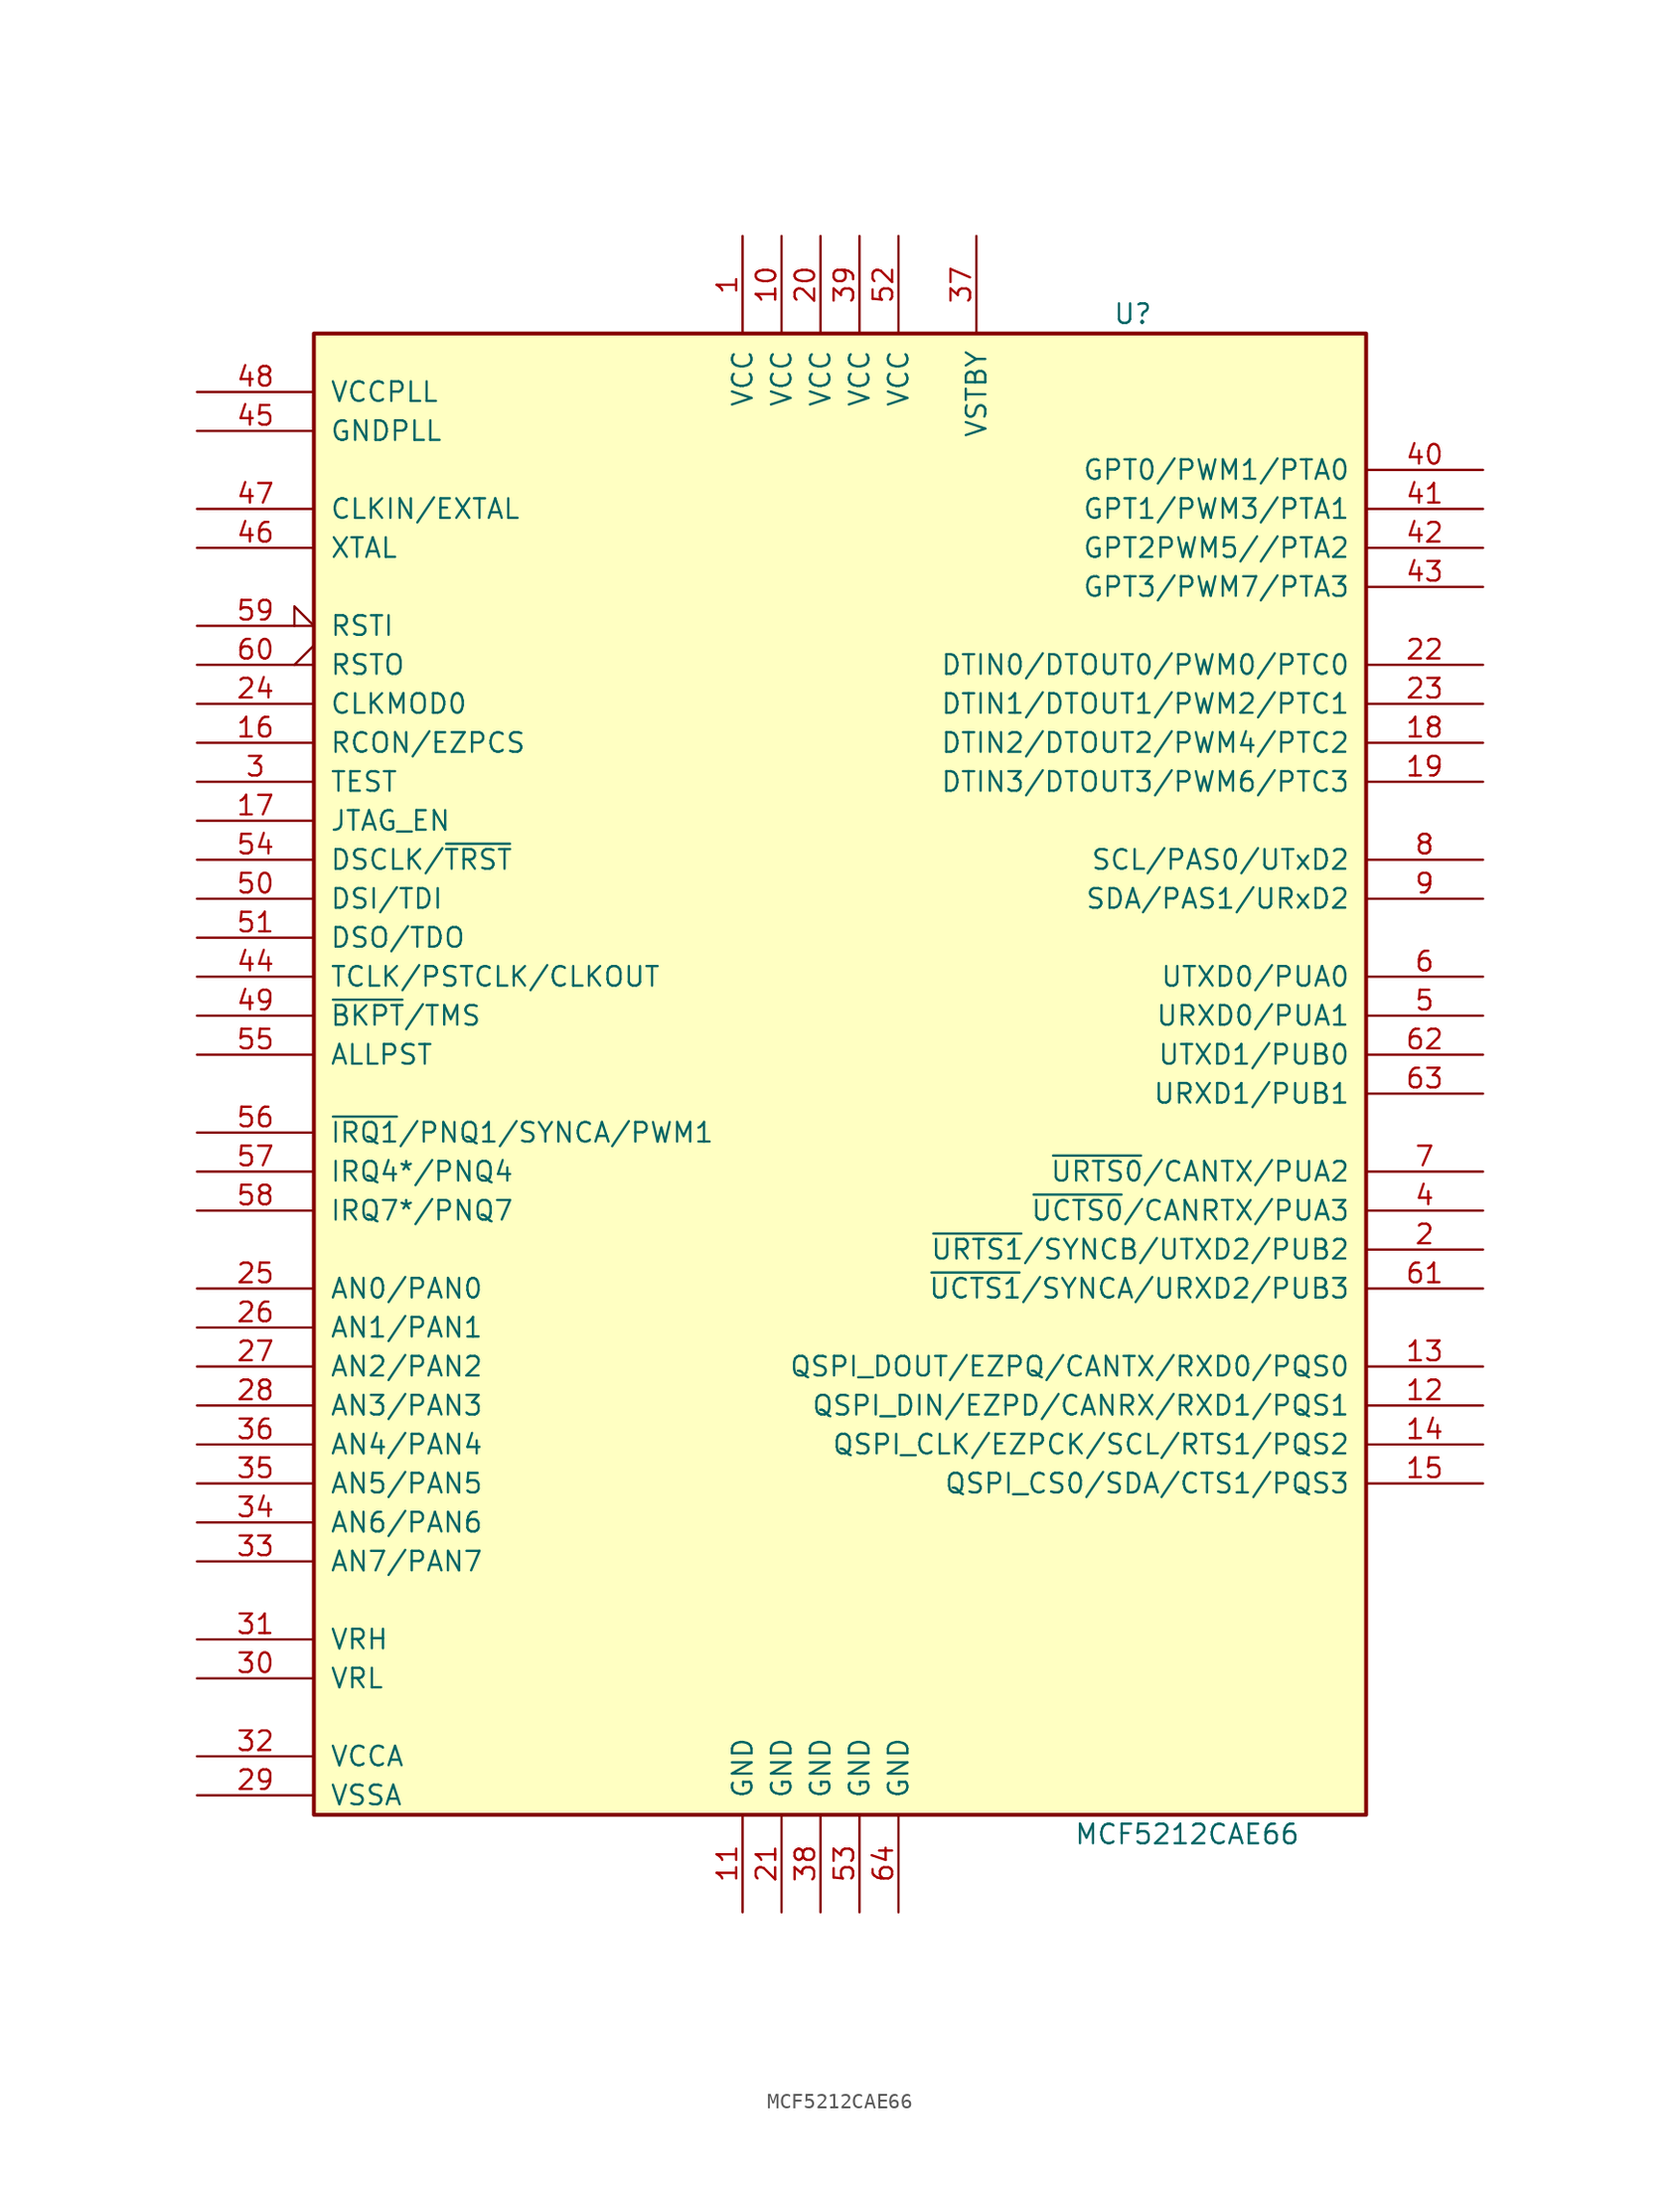
<source format=kicad_sym>
(kicad_symbol_lib
  (version 20201005)
  (generator kicad_symbol_editor)
  (symbol "MCU_NXP_ColdFire:MCF5212CAE66"
    (pin_names
      (offset 1.016))
    (property "Reference" "U"
      (at 19.05 50.8 0)
      (effects (font (size 1.27 1.27)) (justify left)))
    (property "Value" "MCF5212CAE66"
      (at 16.51 -48.26 0)
      (effects (font (size 1.27 1.27)) (justify left)))
    (symbol "MCF5212CAE66_0_1"
      (rectangle (start -33.02 49.53) (end 35.56 -46.99) (stroke (width 0.254)) (fill (type background))))
    (symbol "MCF5212CAE66_1_1"
      (pin power_in line (at -5.08 55.88 270) (length 6.35) (name "VCC" (effects (font (size 1.27 1.27)))) (number "1" (effects (font (size 1.27 1.27)))))
      (pin power_in line (at -2.54 55.88 270) (length 6.35) (name "VCC" (effects (font (size 1.27 1.27)))) (number "10" (effects (font (size 1.27 1.27)))))
      (pin power_in line (at -5.08 -53.34 90) (length 6.35) (name "GND" (effects (font (size 1.27 1.27)))) (number "11" (effects (font (size 1.27 1.27)))))
      (pin bidirectional line (at 43.18 -20.32 180) (length 7.62) (name "QSPI_DIN/EZPD/CANRX/RXD1/PQS1" (effects (font (size 1.27 1.27)))) (number "12" (effects (font (size 1.27 1.27)))))
      (pin bidirectional line (at 43.18 -17.78 180) (length 7.62) (name "QSPI_DOUT/EZPQ/CANTX/RXD0/PQS0" (effects (font (size 1.27 1.27)))) (number "13" (effects (font (size 1.27 1.27)))))
      (pin bidirectional line (at 43.18 -22.86 180) (length 7.62) (name "QSPI_CLK/EZPCK/SCL/RTS1/PQS2" (effects (font (size 1.27 1.27)))) (number "14" (effects (font (size 1.27 1.27)))))
      (pin bidirectional line (at 43.18 -25.4 180) (length 7.62) (name "QSPI_CS0/SDA/CTS1/PQS3" (effects (font (size 1.27 1.27)))) (number "15" (effects (font (size 1.27 1.27)))))
      (pin input line (at -40.64 22.86 0) (length 7.62) (name "RCON/EZPCS" (effects (font (size 1.27 1.27)))) (number "16" (effects (font (size 1.27 1.27)))))
      (pin input line (at -40.64 17.78 0) (length 7.62) (name "JTAG_EN" (effects (font (size 1.27 1.27)))) (number "17" (effects (font (size 1.27 1.27)))))
      (pin bidirectional line (at 43.18 22.86 180) (length 7.62) (name "DTIN2/DTOUT2/PWM4/PTC2" (effects (font (size 1.27 1.27)))) (number "18" (effects (font (size 1.27 1.27)))))
      (pin bidirectional line (at 43.18 20.32 180) (length 7.62) (name "DTIN3/DTOUT3/PWM6/PTC3" (effects (font (size 1.27 1.27)))) (number "19" (effects (font (size 1.27 1.27)))))
      (pin bidirectional line (at 43.18 -10.16 180) (length 7.62) (name "~URTS1~/SYNCB/UTXD2/PUB2" (effects (font (size 1.27 1.27)))) (number "2" (effects (font (size 1.27 1.27)))))
      (pin power_in line (at 0 55.88 270) (length 6.35) (name "VCC" (effects (font (size 1.27 1.27)))) (number "20" (effects (font (size 1.27 1.27)))))
      (pin power_in line (at -2.54 -53.34 90) (length 6.35) (name "GND" (effects (font (size 1.27 1.27)))) (number "21" (effects (font (size 1.27 1.27)))))
      (pin bidirectional line (at 43.18 27.94 180) (length 7.62) (name "DTIN0/DTOUT0/PWM0/PTC0" (effects (font (size 1.27 1.27)))) (number "22" (effects (font (size 1.27 1.27)))))
      (pin bidirectional line (at 43.18 25.4 180) (length 7.62) (name "DTIN1/DTOUT1/PWM2/PTC1" (effects (font (size 1.27 1.27)))) (number "23" (effects (font (size 1.27 1.27)))))
      (pin input line (at -40.64 25.4 0) (length 7.62) (name "CLKMOD0" (effects (font (size 1.27 1.27)))) (number "24" (effects (font (size 1.27 1.27)))))
      (pin bidirectional line (at -40.64 -12.7 0) (length 7.62) (name "AN0/PAN0" (effects (font (size 1.27 1.27)))) (number "25" (effects (font (size 1.27 1.27)))))
      (pin bidirectional line (at -40.64 -15.24 0) (length 7.62) (name "AN1/PAN1" (effects (font (size 1.27 1.27)))) (number "26" (effects (font (size 1.27 1.27)))))
      (pin bidirectional line (at -40.64 -17.78 0) (length 7.62) (name "AN2/PAN2" (effects (font (size 1.27 1.27)))) (number "27" (effects (font (size 1.27 1.27)))))
      (pin bidirectional line (at -40.64 -20.32 0) (length 7.62) (name "AN3/PAN3" (effects (font (size 1.27 1.27)))) (number "28" (effects (font (size 1.27 1.27)))))
      (pin input line (at -40.64 -45.72 0) (length 7.62) (name "VSSA" (effects (font (size 1.27 1.27)))) (number "29" (effects (font (size 1.27 1.27)))))
      (pin input line (at -40.64 20.32 0) (length 7.62) (name "TEST" (effects (font (size 1.27 1.27)))) (number "3" (effects (font (size 1.27 1.27)))))
      (pin input line (at -40.64 -38.1 0) (length 7.62) (name "VRL" (effects (font (size 1.27 1.27)))) (number "30" (effects (font (size 1.27 1.27)))))
      (pin input line (at -40.64 -35.56 0) (length 7.62) (name "VRH" (effects (font (size 1.27 1.27)))) (number "31" (effects (font (size 1.27 1.27)))))
      (pin input line (at -40.64 -43.18 0) (length 7.62) (name "VCCA" (effects (font (size 1.27 1.27)))) (number "32" (effects (font (size 1.27 1.27)))))
      (pin bidirectional line (at -40.64 -30.48 0) (length 7.62) (name "AN7/PAN7" (effects (font (size 1.27 1.27)))) (number "33" (effects (font (size 1.27 1.27)))))
      (pin bidirectional line (at -40.64 -27.94 0) (length 7.62) (name "AN6/PAN6" (effects (font (size 1.27 1.27)))) (number "34" (effects (font (size 1.27 1.27)))))
      (pin bidirectional line (at -40.64 -25.4 0) (length 7.62) (name "AN5/PAN5" (effects (font (size 1.27 1.27)))) (number "35" (effects (font (size 1.27 1.27)))))
      (pin bidirectional line (at -40.64 -22.86 0) (length 7.62) (name "AN4/PAN4" (effects (font (size 1.27 1.27)))) (number "36" (effects (font (size 1.27 1.27)))))
      (pin power_in line (at 10.16 55.88 270) (length 6.35) (name "VSTBY" (effects (font (size 1.27 1.27)))) (number "37" (effects (font (size 1.27 1.27)))))
      (pin power_in line (at 0 -53.34 90) (length 6.35) (name "GND" (effects (font (size 1.27 1.27)))) (number "38" (effects (font (size 1.27 1.27)))))
      (pin power_in line (at 2.54 55.88 270) (length 6.35) (name "VCC" (effects (font (size 1.27 1.27)))) (number "39" (effects (font (size 1.27 1.27)))))
      (pin bidirectional line (at 43.18 -7.62 180) (length 7.62) (name "~UCTS0~/CANRTX/PUA3" (effects (font (size 1.27 1.27)))) (number "4" (effects (font (size 1.27 1.27)))))
      (pin bidirectional line (at 43.18 40.64 180) (length 7.62) (name "GPT0/PWM1/PTA0" (effects (font (size 1.27 1.27)))) (number "40" (effects (font (size 1.27 1.27)))))
      (pin bidirectional line (at 43.18 38.1 180) (length 7.62) (name "GPT1/PWM3/PTA1" (effects (font (size 1.27 1.27)))) (number "41" (effects (font (size 1.27 1.27)))))
      (pin bidirectional line (at 43.18 35.56 180) (length 7.62) (name "GPT2PWM5//PTA2" (effects (font (size 1.27 1.27)))) (number "42" (effects (font (size 1.27 1.27)))))
      (pin bidirectional line (at 43.18 33.02 180) (length 7.62) (name "GPT3/PWM7/PTA3" (effects (font (size 1.27 1.27)))) (number "43" (effects (font (size 1.27 1.27)))))
      (pin input line (at -40.64 7.62 0) (length 7.62) (name "TCLK/PSTCLK/CLKOUT" (effects (font (size 1.27 1.27)))) (number "44" (effects (font (size 1.27 1.27)))))
      (pin passive line (at -40.64 43.18 0) (length 7.62) (name "GNDPLL" (effects (font (size 1.27 1.27)))) (number "45" (effects (font (size 1.27 1.27)))))
      (pin output line (at -40.64 35.56 0) (length 7.62) (name "XTAL" (effects (font (size 1.27 1.27)))) (number "46" (effects (font (size 1.27 1.27)))))
      (pin input line (at -40.64 38.1 0) (length 7.62) (name "CLKIN/EXTAL" (effects (font (size 1.27 1.27)))) (number "47" (effects (font (size 1.27 1.27)))))
      (pin passive line (at -40.64 45.72 0) (length 7.62) (name "VCCPLL" (effects (font (size 1.27 1.27)))) (number "48" (effects (font (size 1.27 1.27)))))
      (pin input line (at -40.64 5.08 0) (length 7.62) (name "~BKPT~/TMS" (effects (font (size 1.27 1.27)))) (number "49" (effects (font (size 1.27 1.27)))))
      (pin bidirectional line (at 43.18 5.08 180) (length 7.62) (name "URXD0/PUA1" (effects (font (size 1.27 1.27)))) (number "5" (effects (font (size 1.27 1.27)))))
      (pin input line (at -40.64 12.7 0) (length 7.62) (name "DSI/TDI" (effects (font (size 1.27 1.27)))) (number "50" (effects (font (size 1.27 1.27)))))
      (pin output line (at -40.64 10.16 0) (length 7.62) (name "DSO/TDO" (effects (font (size 1.27 1.27)))) (number "51" (effects (font (size 1.27 1.27)))))
      (pin power_in line (at 5.08 55.88 270) (length 6.35) (name "VCC" (effects (font (size 1.27 1.27)))) (number "52" (effects (font (size 1.27 1.27)))))
      (pin power_in line (at 2.54 -53.34 90) (length 6.35) (name "GND" (effects (font (size 1.27 1.27)))) (number "53" (effects (font (size 1.27 1.27)))))
      (pin input line (at -40.64 15.24 0) (length 7.62) (name "DSCLK/~TRST~" (effects (font (size 1.27 1.27)))) (number "54" (effects (font (size 1.27 1.27)))))
      (pin output line (at -40.64 2.54 0) (length 7.62) (name "ALLPST" (effects (font (size 1.27 1.27)))) (number "55" (effects (font (size 1.27 1.27)))))
      (pin bidirectional line (at -40.64 -2.54 0) (length 7.62) (name "~IRQ1~/PNQ1/SYNCA/PWM1" (effects (font (size 1.27 1.27)))) (number "56" (effects (font (size 1.27 1.27)))))
      (pin bidirectional line (at -40.64 -5.08 0) (length 7.62) (name "IRQ4*/PNQ4" (effects (font (size 1.27 1.27)))) (number "57" (effects (font (size 1.27 1.27)))))
      (pin bidirectional line (at -40.64 -7.62 0) (length 7.62) (name "IRQ7*/PNQ7" (effects (font (size 1.27 1.27)))) (number "58" (effects (font (size 1.27 1.27)))))
      (pin input input_low (at -40.64 30.48 0) (length 7.62) (name "RSTI" (effects (font (size 1.27 1.27)))) (number "59" (effects (font (size 1.27 1.27)))))
      (pin bidirectional line (at 43.18 7.62 180) (length 7.62) (name "UTXD0/PUA0" (effects (font (size 1.27 1.27)))) (number "6" (effects (font (size 1.27 1.27)))))
      (pin output output_low (at -40.64 27.94 0) (length 7.62) (name "RSTO" (effects (font (size 1.27 1.27)))) (number "60" (effects (font (size 1.27 1.27)))))
      (pin bidirectional line (at 43.18 -12.7 180) (length 7.62) (name "~UCTS1~/SYNCA/URXD2/PUB3" (effects (font (size 1.27 1.27)))) (number "61" (effects (font (size 1.27 1.27)))))
      (pin bidirectional line (at 43.18 2.54 180) (length 7.62) (name "UTXD1/PUB0" (effects (font (size 1.27 1.27)))) (number "62" (effects (font (size 1.27 1.27)))))
      (pin bidirectional line (at 43.18 0 180) (length 7.62) (name "URXD1/PUB1" (effects (font (size 1.27 1.27)))) (number "63" (effects (font (size 1.27 1.27)))))
      (pin power_in line (at 5.08 -53.34 90) (length 6.35) (name "GND" (effects (font (size 1.27 1.27)))) (number "64" (effects (font (size 1.27 1.27)))))
      (pin bidirectional line (at 43.18 -5.08 180) (length 7.62) (name "~URTS0~/CANTX/PUA2" (effects (font (size 1.27 1.27)))) (number "7" (effects (font (size 1.27 1.27)))))
      (pin bidirectional line (at 43.18 15.24 180) (length 7.62) (name "SCL/PAS0/UTxD2" (effects (font (size 1.27 1.27)))) (number "8" (effects (font (size 1.27 1.27)))))
      (pin bidirectional line (at 43.18 12.7 180) (length 7.62) (name "SDA/PAS1/URxD2" (effects (font (size 1.27 1.27)))) (number "9" (effects (font (size 1.27 1.27))))))))
</source>
